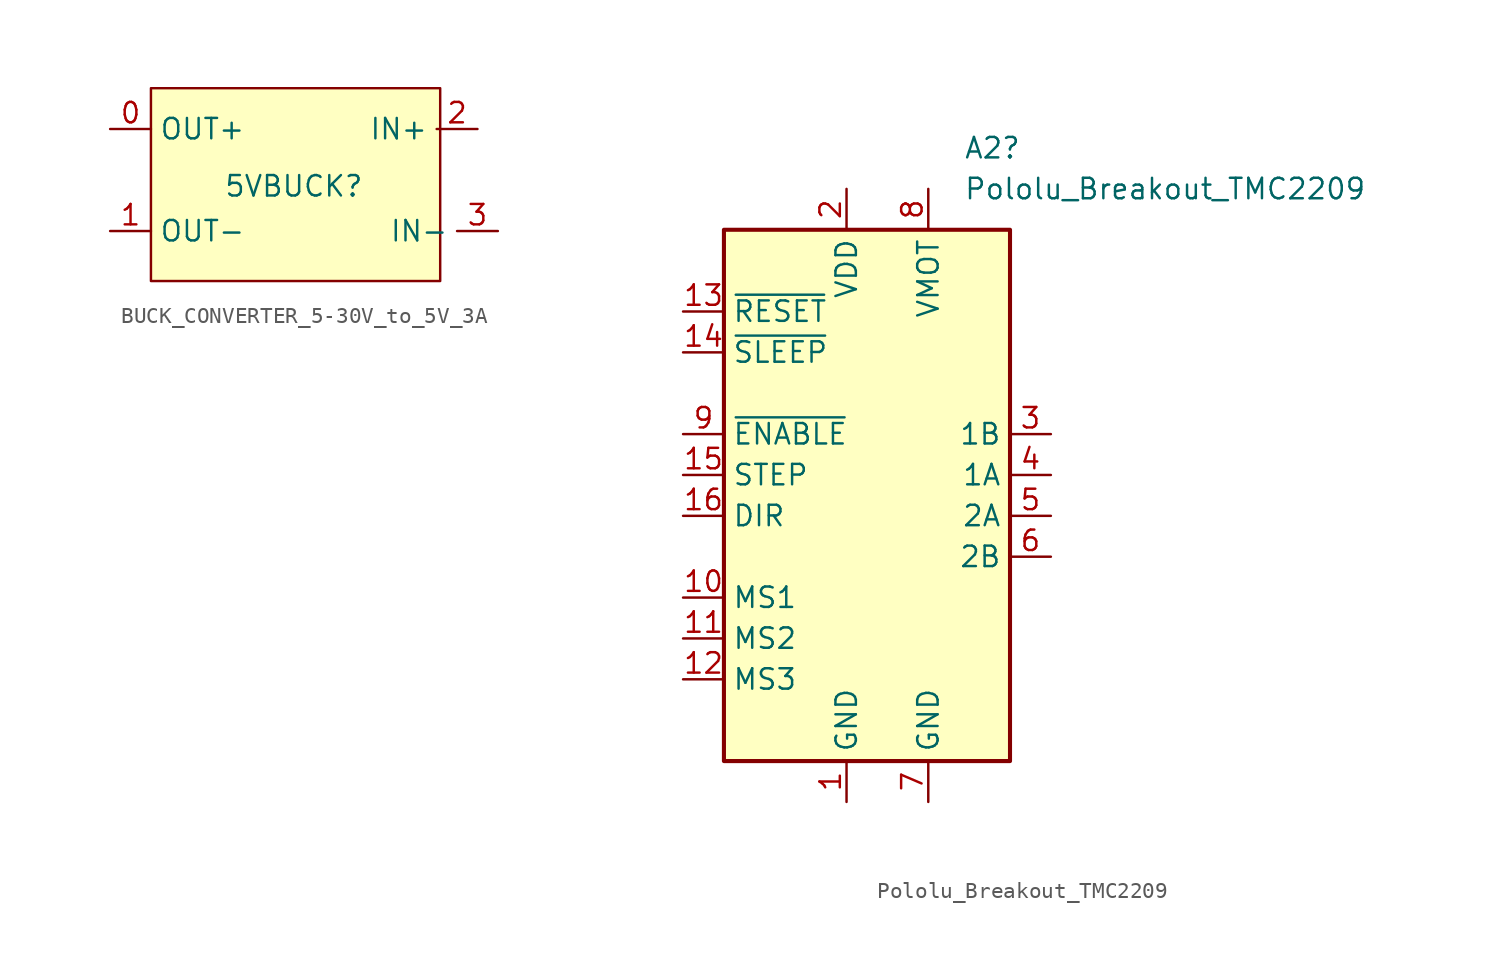
<source format=kicad_sym>
(kicad_symbol_lib
  (version 20231120)
  (generator "kicad_symbol_editor")
  (generator_version "8.0")
  (symbol "BUCK_CONVERTER_5-30V_to_5V_3A"
    (property "Reference" "5VBUCK"
      (at 8.89 -6.096 0)
      (effects (font (size 1.27 1.27))))
    (property "Value" ""
      (at 0 0 0)
      (effects (font (size 1.27 1.27))))
    (symbol "BUCK_CONVERTER_5-30V_to_5V_3A_1_1"
      (rectangle (start 0 0) (end 18 -12) (stroke (width 0) (type default)) (fill (type background)))
      (pin power_out line (at -2.54 -2.54 0) (length 2.54) (name "OUT+" (effects (font (size 1.27 1.27)))) (number "0" (effects (font (size 1.27 1.27)))))
      (pin power_out line (at -2.54 -8.89 0) (length 2.54) (name "OUT-" (effects (font (size 1.27 1.27)))) (number "1" (effects (font (size 1.27 1.27)))))
      (pin power_in line (at 20.32 -2.54 180) (length 2.54) (name "IN+" (effects (font (size 1.27 1.27)))) (number "2" (effects (font (size 1.27 1.27)))))
      (pin power_out line (at 21.59 -8.89 180) (length 2.54) (name "IN-" (effects (font (size 1.27 1.27)))) (number "3" (effects (font (size 1.27 1.27)))))))
  (symbol "Pololu_Breakout_TMC2209"
    (property "Reference" "A2"
      (at 7.274 20.32 0)
      (effects (font (size 1.27 1.27)) (justify left)))
    (property "Value" "Pololu_Breakout_TMC2209"
      (at 7.274 17.78 0)
      (effects (font (size 1.27 1.27)) (justify left)))
    (symbol "Pololu_Breakout_TMC2209_0_1"
      (rectangle (start 10.16 -17.78) (end -7.62 15.24) (stroke (width 0.254) (type default)) (fill (type background))))
    (symbol "Pololu_Breakout_TMC2209_1_1"
      (pin power_in line (at 0 -20.32 90) (length 2.54) (name "GND" (effects (font (size 1.27 1.27)))) (number "1" (effects (font (size 1.27 1.27)))))
      (pin input line (at -10.16 -7.62 0) (length 2.54) (name "MS1" (effects (font (size 1.27 1.27)))) (number "10" (effects (font (size 1.27 1.27)))))
      (pin input line (at -10.16 -10.16 0) (length 2.54) (name "MS2" (effects (font (size 1.27 1.27)))) (number "11" (effects (font (size 1.27 1.27)))))
      (pin input line (at -10.16 -12.7 0) (length 2.54) (name "MS3" (effects (font (size 1.27 1.27)))) (number "12" (effects (font (size 1.27 1.27)))))
      (pin input line (at -10.16 10.16 0) (length 2.54) (name "~{RESET}" (effects (font (size 1.27 1.27)))) (number "13" (effects (font (size 1.27 1.27)))))
      (pin input line (at -10.16 7.62 0) (length 2.54) (name "~{SLEEP}" (effects (font (size 1.27 1.27)))) (number "14" (effects (font (size 1.27 1.27)))))
      (pin input line (at -10.16 0 0) (length 2.54) (name "STEP" (effects (font (size 1.27 1.27)))) (number "15" (effects (font (size 1.27 1.27)))))
      (pin input line (at -10.16 -2.54 0) (length 2.54) (name "DIR" (effects (font (size 1.27 1.27)))) (number "16" (effects (font (size 1.27 1.27)))))
      (pin power_in line (at 0 17.78 270) (length 2.54) (name "VDD" (effects (font (size 1.27 1.27)))) (number "2" (effects (font (size 1.27 1.27)))))
      (pin output line (at 12.7 2.54 180) (length 2.54) (name "1B" (effects (font (size 1.27 1.27)))) (number "3" (effects (font (size 1.27 1.27)))))
      (pin output line (at 12.7 0 180) (length 2.54) (name "1A" (effects (font (size 1.27 1.27)))) (number "4" (effects (font (size 1.27 1.27)))))
      (pin output line (at 12.7 -2.54 180) (length 2.54) (name "2A" (effects (font (size 1.27 1.27)))) (number "5" (effects (font (size 1.27 1.27)))))
      (pin output line (at 12.7 -5.08 180) (length 2.54) (name "2B" (effects (font (size 1.27 1.27)))) (number "6" (effects (font (size 1.27 1.27)))))
      (pin power_in line (at 5.08 -20.32 90) (length 2.54) (name "GND" (effects (font (size 1.27 1.27)))) (number "7" (effects (font (size 1.27 1.27)))))
      (pin power_in line (at 5.08 17.78 270) (length 2.54) (name "VMOT" (effects (font (size 1.27 1.27)))) (number "8" (effects (font (size 1.27 1.27)))))
      (pin input line (at -10.16 2.54 0) (length 2.54) (name "~{ENABLE}" (effects (font (size 1.27 1.27)))) (number "9" (effects (font (size 1.27 1.27))))))))
</source>
